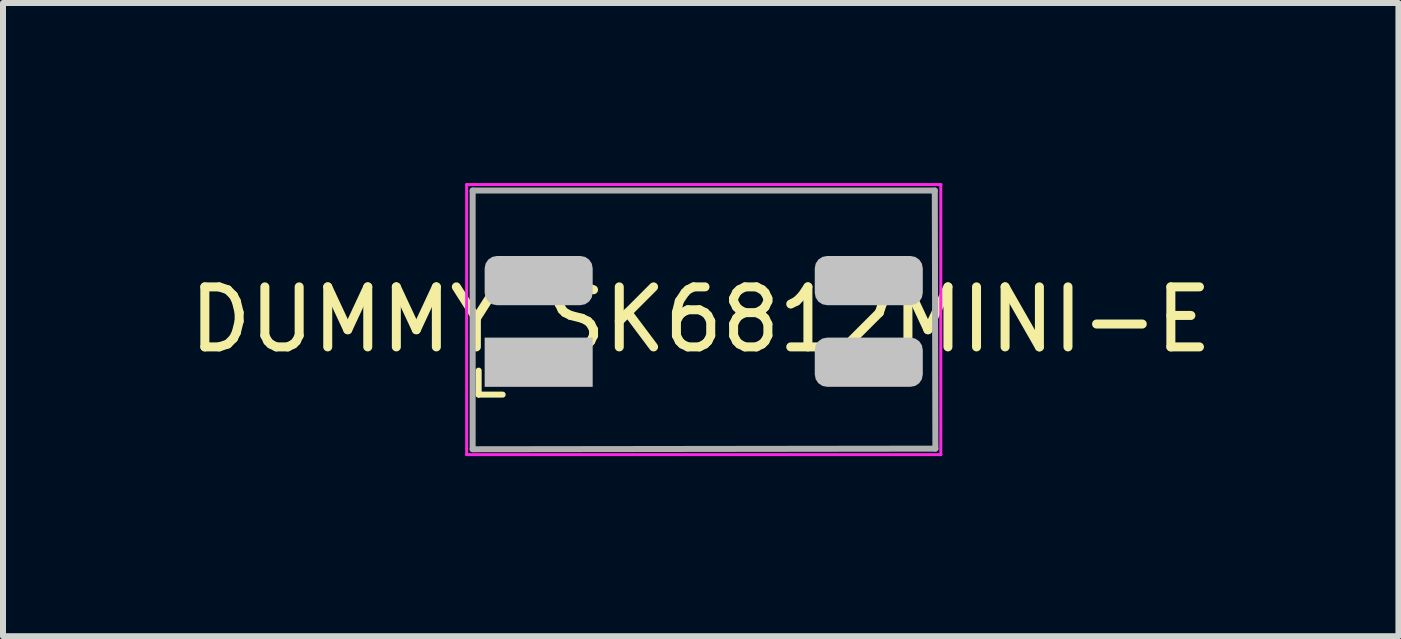
<source format=kicad_pcb>
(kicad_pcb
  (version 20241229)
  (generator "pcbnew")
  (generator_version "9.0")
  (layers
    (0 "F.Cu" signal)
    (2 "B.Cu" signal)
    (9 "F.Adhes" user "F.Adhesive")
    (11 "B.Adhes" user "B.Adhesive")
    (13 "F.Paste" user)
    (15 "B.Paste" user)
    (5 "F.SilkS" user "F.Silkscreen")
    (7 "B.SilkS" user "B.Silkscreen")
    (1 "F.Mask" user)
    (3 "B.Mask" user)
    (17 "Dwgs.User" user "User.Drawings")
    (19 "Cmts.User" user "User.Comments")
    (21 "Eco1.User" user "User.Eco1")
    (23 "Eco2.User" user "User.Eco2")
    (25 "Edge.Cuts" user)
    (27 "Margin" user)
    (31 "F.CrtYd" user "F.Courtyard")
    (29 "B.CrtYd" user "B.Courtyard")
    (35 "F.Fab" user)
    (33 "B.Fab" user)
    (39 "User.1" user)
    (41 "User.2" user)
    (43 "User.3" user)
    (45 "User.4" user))
  (footprint "DUMMY_SK6812MINI-E"
    (layer "F.Cu")
    (at 8.625 2.275)
    (property "Reference" "DUMMY_SK6812MINI-E" (at 0 0 0) (layer "F.SilkS") (effects (font (size 1 1) (thickness 0.15))))
    (attr through_hole)
    (fp_line (start -3.7 1.25) (end -3.7 0.85) (stroke (width 0.1) (type solid)) (layer "F.SilkS"))
    (fp_line (start -3.3 1.25) (end -3.7 1.25) (stroke (width 0.1) (type solid)) (layer "F.SilkS"))
    (fp_line (start -3.9 -2.25) (end 4 -2.25) (stroke (width 0.05) (type solid)) (layer "F.CrtYd"))
    (fp_line (start -3.9 2.25) (end -3.9 -2.25) (stroke (width 0.05) (type solid)) (layer "F.CrtYd"))
    (fp_line (start 4 -2.25) (end 4 2.25) (stroke (width 0.05) (type solid)) (layer "F.CrtYd"))
    (fp_line (start 4 2.25) (end -3.9 2.25) (stroke (width 0.05) (type solid)) (layer "F.CrtYd"))
    (fp_line (start -3.8 -2.15) (end 3.9 -2.15) (stroke (width 0.1) (type solid)) (layer "F.Fab"))
    (fp_line (start -3.8 2.16) (end -3.8 -2.15) (stroke (width 0.1) (type solid)) (layer "F.Fab"))
    (fp_line (start 3.9 -2.15) (end 3.91 2.15) (stroke (width 0.1) (type solid)) (layer "F.Fab"))
    (fp_line (start 3.91 2.15) (end -3.8 2.16) (stroke (width 0.1) (type solid)) (layer "F.Fab"))
    (pad "" smd roundrect (at -2.7 -0.65) (size 1.8 0.82) (layers "Dwgs.User") (roundrect_rratio 0.25))
    (pad "" smd rect (at -2.7 0.71) (size 1.8 0.82) (layers "Dwgs.User"))
    (pad "" smd roundrect (at 2.8 -0.65) (size 1.8 0.82) (layers "Dwgs.User") (roundrect_rratio 0.25))
    (pad "" smd roundrect (at 2.8 0.71) (size 1.8 0.82) (layers "Dwgs.User") (roundrect_rratio 0.25)))
  (gr_rect
    (start -3 -3)
    (end 20.25 7.55)
    (stroke (width 0.1) (type default))
    (fill no)
    (layer "Edge.Cuts")))
</source>
